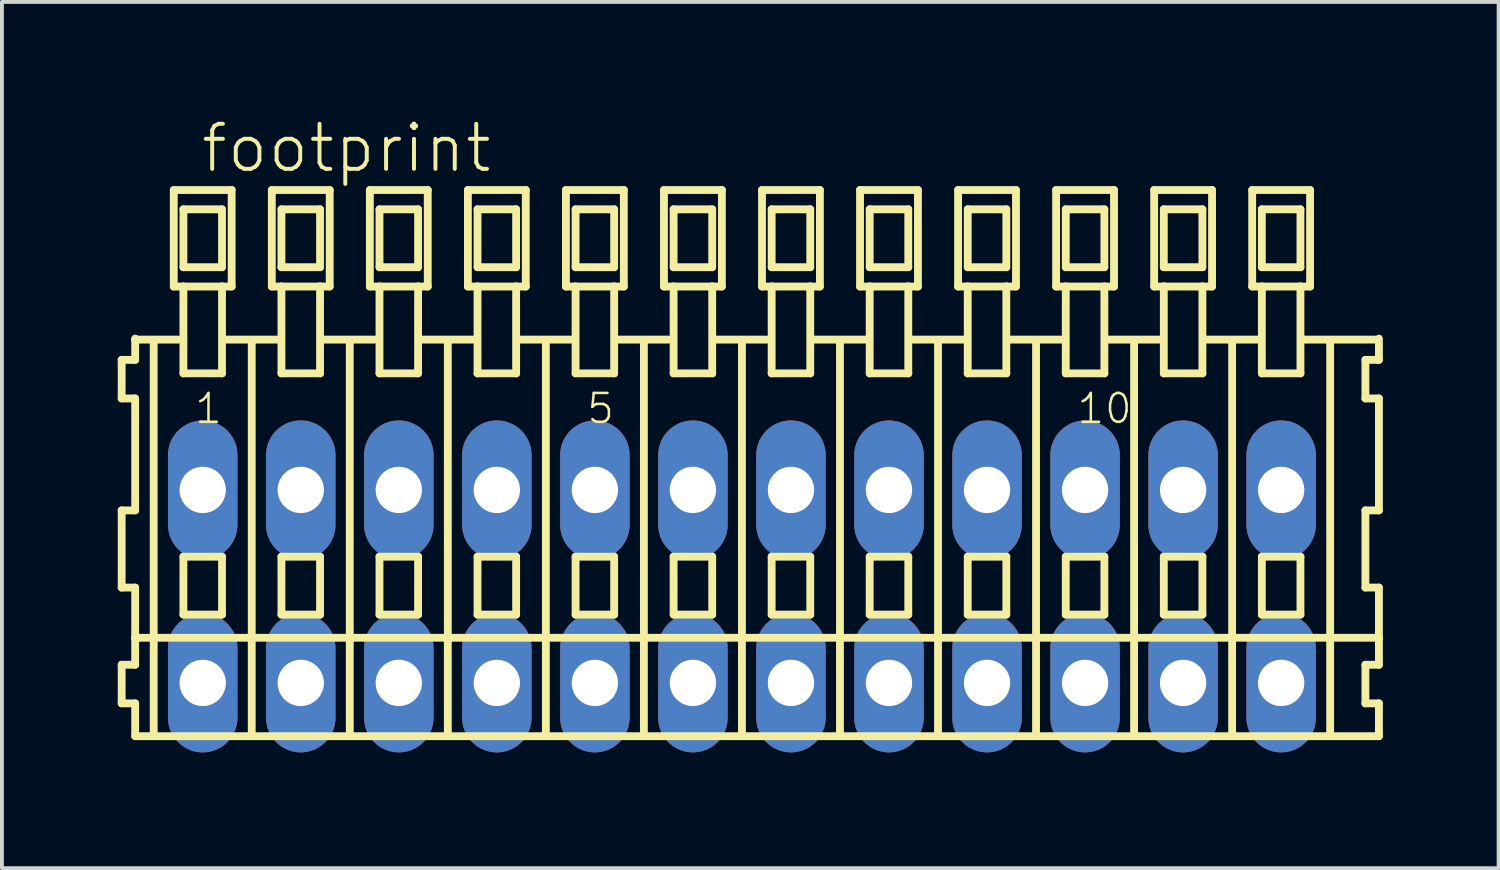
<source format=kicad_pcb>
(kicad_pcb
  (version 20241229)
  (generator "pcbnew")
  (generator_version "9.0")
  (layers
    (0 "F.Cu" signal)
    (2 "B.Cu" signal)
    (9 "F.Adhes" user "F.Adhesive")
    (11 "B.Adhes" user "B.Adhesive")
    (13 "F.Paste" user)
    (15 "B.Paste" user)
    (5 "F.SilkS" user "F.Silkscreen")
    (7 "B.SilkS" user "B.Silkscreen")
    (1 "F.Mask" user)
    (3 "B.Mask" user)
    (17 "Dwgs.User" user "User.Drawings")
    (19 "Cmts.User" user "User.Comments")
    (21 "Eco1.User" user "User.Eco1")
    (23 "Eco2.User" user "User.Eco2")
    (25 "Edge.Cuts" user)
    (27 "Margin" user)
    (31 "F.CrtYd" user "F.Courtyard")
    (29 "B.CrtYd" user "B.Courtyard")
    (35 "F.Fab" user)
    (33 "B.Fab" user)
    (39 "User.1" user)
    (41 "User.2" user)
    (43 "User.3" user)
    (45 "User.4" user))
  (footprint "footprint"
    (layer "F.Cu")
    (at 16.172 12.143)
    (property "Reference" "footprint" (at -14.07 -10.67 0) (layer "F.SilkS") (effects (font (size 1.168 1.168) (thickness 0.102)) (justify left bottom)))
    (fp_line (start -16.07 -5.87) (end -16.07 -4.87) (stroke (width 0.203) (type solid)) (layer "F.SilkS"))
    (fp_line (start -16.07 -4.87) (end -15.72 -4.87) (stroke (width 0.203) (type solid)) (layer "F.SilkS"))
    (fp_line (start -16.07 -1.97) (end -16.07 0.03) (stroke (width 0.203) (type solid)) (layer "F.SilkS"))
    (fp_line (start -16.07 0.03) (end -15.72 0.03) (stroke (width 0.203) (type solid)) (layer "F.SilkS"))
    (fp_line (start -16.07 2.03) (end -16.07 3.03) (stroke (width 0.203) (type solid)) (layer "F.SilkS"))
    (fp_line (start -16.07 3.03) (end -15.72 3.03) (stroke (width 0.203) (type solid)) (layer "F.SilkS"))
    (fp_line (start -15.72 -6.42) (end -15.72 -6.395) (stroke (width 0.203) (type solid)) (layer "F.SilkS"))
    (fp_line (start -15.72 -6.395) (end -15.72 -5.87) (stroke (width 0.203) (type solid)) (layer "F.SilkS"))
    (fp_line (start -15.72 -6.395) (end -14.595 -6.395) (stroke (width 0.203) (type solid)) (layer "F.SilkS"))
    (fp_line (start -15.72 -5.87) (end -16.07 -5.87) (stroke (width 0.203) (type solid)) (layer "F.SilkS"))
    (fp_line (start -15.72 -4.87) (end -15.72 -1.97) (stroke (width 0.203) (type solid)) (layer "F.SilkS"))
    (fp_line (start -15.72 -1.97) (end -16.07 -1.97) (stroke (width 0.203) (type solid)) (layer "F.SilkS"))
    (fp_line (start -15.72 0.03) (end -15.72 1.33) (stroke (width 0.203) (type solid)) (layer "F.SilkS"))
    (fp_line (start -15.72 1.33) (end -15.72 2.03) (stroke (width 0.203) (type solid)) (layer "F.SilkS"))
    (fp_line (start -15.72 1.33) (end 16.503 1.33) (stroke (width 0.203) (type solid)) (layer "F.SilkS"))
    (fp_line (start -15.72 2.03) (end -16.07 2.03) (stroke (width 0.203) (type solid)) (layer "F.SilkS"))
    (fp_line (start -15.72 3.03) (end -15.72 3.88) (stroke (width 0.203) (type solid)) (layer "F.SilkS"))
    (fp_line (start -15.72 3.88) (end 16.503 3.88) (stroke (width 0.203) (type solid)) (layer "F.SilkS"))
    (fp_line (start -15.24 3.83) (end -15.24 -6.33) (stroke (width 0.203) (type solid)) (layer "F.SilkS"))
    (fp_line (start -14.72 -10.27) (end -14.72 -7.77) (stroke (width 0.203) (type solid)) (layer "F.SilkS"))
    (fp_line (start -14.72 -7.77) (end -14.47 -7.77) (stroke (width 0.203) (type solid)) (layer "F.SilkS"))
    (fp_line (start -14.47 -9.77) (end -14.47 -8.27) (stroke (width 0.203) (type solid)) (layer "F.SilkS"))
    (fp_line (start -14.47 -8.27) (end -13.47 -8.27) (stroke (width 0.203) (type solid)) (layer "F.SilkS"))
    (fp_line (start -14.47 -7.77) (end -14.47 -5.52) (stroke (width 0.203) (type solid)) (layer "F.SilkS"))
    (fp_line (start -14.47 -7.77) (end -13.47 -7.77) (stroke (width 0.203) (type solid)) (layer "F.SilkS"))
    (fp_line (start -14.47 -5.52) (end -13.47 -5.52) (stroke (width 0.203) (type solid)) (layer "F.SilkS"))
    (fp_line (start -14.47 -0.77) (end -14.47 0.73) (stroke (width 0.203) (type solid)) (layer "F.SilkS"))
    (fp_line (start -14.47 0.73) (end -13.47 0.73) (stroke (width 0.203) (type solid)) (layer "F.SilkS"))
    (fp_line (start -13.47 -9.77) (end -14.47 -9.77) (stroke (width 0.203) (type solid)) (layer "F.SilkS"))
    (fp_line (start -13.47 -8.27) (end -13.47 -9.77) (stroke (width 0.203) (type solid)) (layer "F.SilkS"))
    (fp_line (start -13.47 -7.77) (end -13.22 -7.77) (stroke (width 0.203) (type solid)) (layer "F.SilkS"))
    (fp_line (start -13.47 -5.52) (end -13.47 -7.77) (stroke (width 0.203) (type solid)) (layer "F.SilkS"))
    (fp_line (start -13.47 -0.77) (end -14.47 -0.77) (stroke (width 0.203) (type solid)) (layer "F.SilkS"))
    (fp_line (start -13.47 0.73) (end -13.47 -0.77) (stroke (width 0.203) (type solid)) (layer "F.SilkS"))
    (fp_line (start -13.434 -6.395) (end -12.055 -6.395) (stroke (width 0.203) (type solid)) (layer "F.SilkS"))
    (fp_line (start -13.22 -10.27) (end -14.72 -10.27) (stroke (width 0.203) (type solid)) (layer "F.SilkS"))
    (fp_line (start -13.22 -7.77) (end -13.22 -10.27) (stroke (width 0.203) (type solid)) (layer "F.SilkS"))
    (fp_line (start -12.7 3.83) (end -12.7 -6.33) (stroke (width 0.203) (type solid)) (layer "F.SilkS"))
    (fp_line (start -12.18 -10.27) (end -12.18 -7.77) (stroke (width 0.203) (type solid)) (layer "F.SilkS"))
    (fp_line (start -12.18 -7.77) (end -11.93 -7.77) (stroke (width 0.203) (type solid)) (layer "F.SilkS"))
    (fp_line (start -11.93 -9.77) (end -11.93 -8.27) (stroke (width 0.203) (type solid)) (layer "F.SilkS"))
    (fp_line (start -11.93 -8.27) (end -10.93 -8.27) (stroke (width 0.203) (type solid)) (layer "F.SilkS"))
    (fp_line (start -11.93 -7.77) (end -11.93 -5.52) (stroke (width 0.203) (type solid)) (layer "F.SilkS"))
    (fp_line (start -11.93 -7.77) (end -10.93 -7.77) (stroke (width 0.203) (type solid)) (layer "F.SilkS"))
    (fp_line (start -11.93 -5.52) (end -10.93 -5.52) (stroke (width 0.203) (type solid)) (layer "F.SilkS"))
    (fp_line (start -11.93 -0.77) (end -11.93 0.73) (stroke (width 0.203) (type solid)) (layer "F.SilkS"))
    (fp_line (start -11.93 0.73) (end -10.93 0.73) (stroke (width 0.203) (type solid)) (layer "F.SilkS"))
    (fp_line (start -10.93 -9.77) (end -11.93 -9.77) (stroke (width 0.203) (type solid)) (layer "F.SilkS"))
    (fp_line (start -10.93 -8.27) (end -10.93 -9.77) (stroke (width 0.203) (type solid)) (layer "F.SilkS"))
    (fp_line (start -10.93 -7.77) (end -10.68 -7.77) (stroke (width 0.203) (type solid)) (layer "F.SilkS"))
    (fp_line (start -10.93 -5.52) (end -10.93 -7.77) (stroke (width 0.203) (type solid)) (layer "F.SilkS"))
    (fp_line (start -10.93 -0.77) (end -11.93 -0.77) (stroke (width 0.203) (type solid)) (layer "F.SilkS"))
    (fp_line (start -10.93 0.73) (end -10.93 -0.77) (stroke (width 0.203) (type solid)) (layer "F.SilkS"))
    (fp_line (start -10.894 -6.395) (end -9.515 -6.395) (stroke (width 0.203) (type solid)) (layer "F.SilkS"))
    (fp_line (start -10.68 -10.27) (end -12.18 -10.27) (stroke (width 0.203) (type solid)) (layer "F.SilkS"))
    (fp_line (start -10.68 -7.77) (end -10.68 -10.27) (stroke (width 0.203) (type solid)) (layer "F.SilkS"))
    (fp_line (start -10.16 3.83) (end -10.16 -6.33) (stroke (width 0.203) (type solid)) (layer "F.SilkS"))
    (fp_line (start -9.64 -10.27) (end -9.64 -7.77) (stroke (width 0.203) (type solid)) (layer "F.SilkS"))
    (fp_line (start -9.64 -7.77) (end -9.39 -7.77) (stroke (width 0.203) (type solid)) (layer "F.SilkS"))
    (fp_line (start -9.39 -9.77) (end -9.39 -8.27) (stroke (width 0.203) (type solid)) (layer "F.SilkS"))
    (fp_line (start -9.39 -8.27) (end -8.39 -8.27) (stroke (width 0.203) (type solid)) (layer "F.SilkS"))
    (fp_line (start -9.39 -7.77) (end -9.39 -5.52) (stroke (width 0.203) (type solid)) (layer "F.SilkS"))
    (fp_line (start -9.39 -7.77) (end -8.39 -7.77) (stroke (width 0.203) (type solid)) (layer "F.SilkS"))
    (fp_line (start -9.39 -5.52) (end -8.39 -5.52) (stroke (width 0.203) (type solid)) (layer "F.SilkS"))
    (fp_line (start -9.39 -0.77) (end -9.39 0.73) (stroke (width 0.203) (type solid)) (layer "F.SilkS"))
    (fp_line (start -9.39 0.73) (end -8.39 0.73) (stroke (width 0.203) (type solid)) (layer "F.SilkS"))
    (fp_line (start -8.39 -9.77) (end -9.39 -9.77) (stroke (width 0.203) (type solid)) (layer "F.SilkS"))
    (fp_line (start -8.39 -8.27) (end -8.39 -9.77) (stroke (width 0.203) (type solid)) (layer "F.SilkS"))
    (fp_line (start -8.39 -7.77) (end -8.14 -7.77) (stroke (width 0.203) (type solid)) (layer "F.SilkS"))
    (fp_line (start -8.39 -5.52) (end -8.39 -7.77) (stroke (width 0.203) (type solid)) (layer "F.SilkS"))
    (fp_line (start -8.39 -0.77) (end -9.39 -0.77) (stroke (width 0.203) (type solid)) (layer "F.SilkS"))
    (fp_line (start -8.39 0.73) (end -8.39 -0.77) (stroke (width 0.203) (type solid)) (layer "F.SilkS"))
    (fp_line (start -8.354 -6.395) (end -6.975 -6.395) (stroke (width 0.203) (type solid)) (layer "F.SilkS"))
    (fp_line (start -8.14 -10.27) (end -9.64 -10.27) (stroke (width 0.203) (type solid)) (layer "F.SilkS"))
    (fp_line (start -8.14 -7.77) (end -8.14 -10.27) (stroke (width 0.203) (type solid)) (layer "F.SilkS"))
    (fp_line (start -7.62 3.83) (end -7.62 -6.33) (stroke (width 0.203) (type solid)) (layer "F.SilkS"))
    (fp_line (start -7.1 -10.27) (end -7.1 -7.77) (stroke (width 0.203) (type solid)) (layer "F.SilkS"))
    (fp_line (start -7.1 -7.77) (end -6.85 -7.77) (stroke (width 0.203) (type solid)) (layer "F.SilkS"))
    (fp_line (start -6.85 -9.77) (end -6.85 -8.27) (stroke (width 0.203) (type solid)) (layer "F.SilkS"))
    (fp_line (start -6.85 -8.27) (end -5.85 -8.27) (stroke (width 0.203) (type solid)) (layer "F.SilkS"))
    (fp_line (start -6.85 -7.77) (end -6.85 -5.52) (stroke (width 0.203) (type solid)) (layer "F.SilkS"))
    (fp_line (start -6.85 -7.77) (end -5.85 -7.77) (stroke (width 0.203) (type solid)) (layer "F.SilkS"))
    (fp_line (start -6.85 -5.52) (end -5.85 -5.52) (stroke (width 0.203) (type solid)) (layer "F.SilkS"))
    (fp_line (start -6.85 -0.77) (end -6.85 0.73) (stroke (width 0.203) (type solid)) (layer "F.SilkS"))
    (fp_line (start -6.85 0.73) (end -5.85 0.73) (stroke (width 0.203) (type solid)) (layer "F.SilkS"))
    (fp_line (start -5.85 -9.77) (end -6.85 -9.77) (stroke (width 0.203) (type solid)) (layer "F.SilkS"))
    (fp_line (start -5.85 -8.27) (end -5.85 -9.77) (stroke (width 0.203) (type solid)) (layer "F.SilkS"))
    (fp_line (start -5.85 -7.77) (end -5.6 -7.77) (stroke (width 0.203) (type solid)) (layer "F.SilkS"))
    (fp_line (start -5.85 -5.52) (end -5.85 -7.77) (stroke (width 0.203) (type solid)) (layer "F.SilkS"))
    (fp_line (start -5.85 -0.77) (end -6.85 -0.77) (stroke (width 0.203) (type solid)) (layer "F.SilkS"))
    (fp_line (start -5.85 0.73) (end -5.85 -0.77) (stroke (width 0.203) (type solid)) (layer "F.SilkS"))
    (fp_line (start -5.814 -6.395) (end -4.435 -6.395) (stroke (width 0.203) (type solid)) (layer "F.SilkS"))
    (fp_line (start -5.6 -10.27) (end -7.1 -10.27) (stroke (width 0.203) (type solid)) (layer "F.SilkS"))
    (fp_line (start -5.6 -7.77) (end -5.6 -10.27) (stroke (width 0.203) (type solid)) (layer "F.SilkS"))
    (fp_line (start -5.08 3.83) (end -5.08 -6.33) (stroke (width 0.203) (type solid)) (layer "F.SilkS"))
    (fp_line (start -4.56 -10.27) (end -4.56 -7.77) (stroke (width 0.203) (type solid)) (layer "F.SilkS"))
    (fp_line (start -4.56 -7.77) (end -4.31 -7.77) (stroke (width 0.203) (type solid)) (layer "F.SilkS"))
    (fp_line (start -4.31 -9.77) (end -4.31 -8.27) (stroke (width 0.203) (type solid)) (layer "F.SilkS"))
    (fp_line (start -4.31 -8.27) (end -3.31 -8.27) (stroke (width 0.203) (type solid)) (layer "F.SilkS"))
    (fp_line (start -4.31 -7.77) (end -4.31 -5.52) (stroke (width 0.203) (type solid)) (layer "F.SilkS"))
    (fp_line (start -4.31 -7.77) (end -3.31 -7.77) (stroke (width 0.203) (type solid)) (layer "F.SilkS"))
    (fp_line (start -4.31 -5.52) (end -3.31 -5.52) (stroke (width 0.203) (type solid)) (layer "F.SilkS"))
    (fp_line (start -4.31 -0.77) (end -4.31 0.73) (stroke (width 0.203) (type solid)) (layer "F.SilkS"))
    (fp_line (start -4.31 0.73) (end -3.31 0.73) (stroke (width 0.203) (type solid)) (layer "F.SilkS"))
    (fp_line (start -3.31 -9.77) (end -4.31 -9.77) (stroke (width 0.203) (type solid)) (layer "F.SilkS"))
    (fp_line (start -3.31 -8.27) (end -3.31 -9.77) (stroke (width 0.203) (type solid)) (layer "F.SilkS"))
    (fp_line (start -3.31 -7.77) (end -3.06 -7.77) (stroke (width 0.203) (type solid)) (layer "F.SilkS"))
    (fp_line (start -3.31 -5.52) (end -3.31 -7.77) (stroke (width 0.203) (type solid)) (layer "F.SilkS"))
    (fp_line (start -3.31 -0.77) (end -4.31 -0.77) (stroke (width 0.203) (type solid)) (layer "F.SilkS"))
    (fp_line (start -3.31 0.73) (end -3.31 -0.77) (stroke (width 0.203) (type solid)) (layer "F.SilkS"))
    (fp_line (start -3.274 -6.395) (end -1.895 -6.395) (stroke (width 0.203) (type solid)) (layer "F.SilkS"))
    (fp_line (start -3.06 -10.27) (end -4.56 -10.27) (stroke (width 0.203) (type solid)) (layer "F.SilkS"))
    (fp_line (start -3.06 -7.77) (end -3.06 -10.27) (stroke (width 0.203) (type solid)) (layer "F.SilkS"))
    (fp_line (start -2.54 3.83) (end -2.54 -6.33) (stroke (width 0.203) (type solid)) (layer "F.SilkS"))
    (fp_line (start -2.02 -10.27) (end -2.02 -7.77) (stroke (width 0.203) (type solid)) (layer "F.SilkS"))
    (fp_line (start -2.02 -7.77) (end -1.77 -7.77) (stroke (width 0.203) (type solid)) (layer "F.SilkS"))
    (fp_line (start -1.77 -9.77) (end -1.77 -8.27) (stroke (width 0.203) (type solid)) (layer "F.SilkS"))
    (fp_line (start -1.77 -8.27) (end -0.77 -8.27) (stroke (width 0.203) (type solid)) (layer "F.SilkS"))
    (fp_line (start -1.77 -7.77) (end -1.77 -5.52) (stroke (width 0.203) (type solid)) (layer "F.SilkS"))
    (fp_line (start -1.77 -7.77) (end -0.77 -7.77) (stroke (width 0.203) (type solid)) (layer "F.SilkS"))
    (fp_line (start -1.77 -5.52) (end -0.77 -5.52) (stroke (width 0.203) (type solid)) (layer "F.SilkS"))
    (fp_line (start -1.77 -0.77) (end -1.77 0.73) (stroke (width 0.203) (type solid)) (layer "F.SilkS"))
    (fp_line (start -1.77 0.73) (end -0.77 0.73) (stroke (width 0.203) (type solid)) (layer "F.SilkS"))
    (fp_line (start -0.77 -9.77) (end -1.77 -9.77) (stroke (width 0.203) (type solid)) (layer "F.SilkS"))
    (fp_line (start -0.77 -8.27) (end -0.77 -9.77) (stroke (width 0.203) (type solid)) (layer "F.SilkS"))
    (fp_line (start -0.77 -7.77) (end -0.52 -7.77) (stroke (width 0.203) (type solid)) (layer "F.SilkS"))
    (fp_line (start -0.77 -5.52) (end -0.77 -7.77) (stroke (width 0.203) (type solid)) (layer "F.SilkS"))
    (fp_line (start -0.77 -0.77) (end -1.77 -0.77) (stroke (width 0.203) (type solid)) (layer "F.SilkS"))
    (fp_line (start -0.77 0.73) (end -0.77 -0.77) (stroke (width 0.203) (type solid)) (layer "F.SilkS"))
    (fp_line (start -0.734 -6.395) (end 0.645 -6.395) (stroke (width 0.203) (type solid)) (layer "F.SilkS"))
    (fp_line (start -0.52 -10.27) (end -2.02 -10.27) (stroke (width 0.203) (type solid)) (layer "F.SilkS"))
    (fp_line (start -0.52 -7.77) (end -0.52 -10.27) (stroke (width 0.203) (type solid)) (layer "F.SilkS"))
    (fp_line (start 0 3.83) (end 0 -6.33) (stroke (width 0.203) (type solid)) (layer "F.SilkS"))
    (fp_line (start 0.52 -10.27) (end 0.52 -7.77) (stroke (width 0.203) (type solid)) (layer "F.SilkS"))
    (fp_line (start 0.52 -7.77) (end 0.77 -7.77) (stroke (width 0.203) (type solid)) (layer "F.SilkS"))
    (fp_line (start 0.77 -9.77) (end 0.77 -8.27) (stroke (width 0.203) (type solid)) (layer "F.SilkS"))
    (fp_line (start 0.77 -8.27) (end 1.77 -8.27) (stroke (width 0.203) (type solid)) (layer "F.SilkS"))
    (fp_line (start 0.77 -7.77) (end 0.77 -5.52) (stroke (width 0.203) (type solid)) (layer "F.SilkS"))
    (fp_line (start 0.77 -7.77) (end 1.77 -7.77) (stroke (width 0.203) (type solid)) (layer "F.SilkS"))
    (fp_line (start 0.77 -5.52) (end 1.77 -5.52) (stroke (width 0.203) (type solid)) (layer "F.SilkS"))
    (fp_line (start 0.77 -0.77) (end 0.77 0.73) (stroke (width 0.203) (type solid)) (layer "F.SilkS"))
    (fp_line (start 0.77 0.73) (end 1.77 0.73) (stroke (width 0.203) (type solid)) (layer "F.SilkS"))
    (fp_line (start 1.77 -9.77) (end 0.77 -9.77) (stroke (width 0.203) (type solid)) (layer "F.SilkS"))
    (fp_line (start 1.77 -8.27) (end 1.77 -9.77) (stroke (width 0.203) (type solid)) (layer "F.SilkS"))
    (fp_line (start 1.77 -7.77) (end 2.02 -7.77) (stroke (width 0.203) (type solid)) (layer "F.SilkS"))
    (fp_line (start 1.77 -5.52) (end 1.77 -7.77) (stroke (width 0.203) (type solid)) (layer "F.SilkS"))
    (fp_line (start 1.77 -0.77) (end 0.77 -0.77) (stroke (width 0.203) (type solid)) (layer "F.SilkS"))
    (fp_line (start 1.77 0.73) (end 1.77 -0.77) (stroke (width 0.203) (type solid)) (layer "F.SilkS"))
    (fp_line (start 1.806 -6.395) (end 3.185 -6.395) (stroke (width 0.203) (type solid)) (layer "F.SilkS"))
    (fp_line (start 2.02 -10.27) (end 0.52 -10.27) (stroke (width 0.203) (type solid)) (layer "F.SilkS"))
    (fp_line (start 2.02 -7.77) (end 2.02 -10.27) (stroke (width 0.203) (type solid)) (layer "F.SilkS"))
    (fp_line (start 2.54 3.83) (end 2.54 -6.33) (stroke (width 0.203) (type solid)) (layer "F.SilkS"))
    (fp_line (start 3.06 -10.27) (end 3.06 -7.77) (stroke (width 0.203) (type solid)) (layer "F.SilkS"))
    (fp_line (start 3.06 -7.77) (end 3.31 -7.77) (stroke (width 0.203) (type solid)) (layer "F.SilkS"))
    (fp_line (start 3.31 -9.77) (end 3.31 -8.27) (stroke (width 0.203) (type solid)) (layer "F.SilkS"))
    (fp_line (start 3.31 -8.27) (end 4.31 -8.27) (stroke (width 0.203) (type solid)) (layer "F.SilkS"))
    (fp_line (start 3.31 -7.77) (end 3.31 -5.52) (stroke (width 0.203) (type solid)) (layer "F.SilkS"))
    (fp_line (start 3.31 -7.77) (end 4.31 -7.77) (stroke (width 0.203) (type solid)) (layer "F.SilkS"))
    (fp_line (start 3.31 -5.52) (end 4.31 -5.52) (stroke (width 0.203) (type solid)) (layer "F.SilkS"))
    (fp_line (start 3.31 -0.77) (end 3.31 0.73) (stroke (width 0.203) (type solid)) (layer "F.SilkS"))
    (fp_line (start 3.31 0.73) (end 4.31 0.73) (stroke (width 0.203) (type solid)) (layer "F.SilkS"))
    (fp_line (start 4.31 -9.77) (end 3.31 -9.77) (stroke (width 0.203) (type solid)) (layer "F.SilkS"))
    (fp_line (start 4.31 -8.27) (end 4.31 -9.77) (stroke (width 0.203) (type solid)) (layer "F.SilkS"))
    (fp_line (start 4.31 -7.77) (end 4.56 -7.77) (stroke (width 0.203) (type solid)) (layer "F.SilkS"))
    (fp_line (start 4.31 -5.52) (end 4.31 -7.77) (stroke (width 0.203) (type solid)) (layer "F.SilkS"))
    (fp_line (start 4.31 -0.77) (end 3.31 -0.77) (stroke (width 0.203) (type solid)) (layer "F.SilkS"))
    (fp_line (start 4.31 0.73) (end 4.31 -0.77) (stroke (width 0.203) (type solid)) (layer "F.SilkS"))
    (fp_line (start 4.346 -6.395) (end 5.725 -6.395) (stroke (width 0.203) (type solid)) (layer "F.SilkS"))
    (fp_line (start 4.56 -10.27) (end 3.06 -10.27) (stroke (width 0.203) (type solid)) (layer "F.SilkS"))
    (fp_line (start 4.56 -7.77) (end 4.56 -10.27) (stroke (width 0.203) (type solid)) (layer "F.SilkS"))
    (fp_line (start 5.08 3.83) (end 5.08 -6.33) (stroke (width 0.203) (type solid)) (layer "F.SilkS"))
    (fp_line (start 5.6 -10.27) (end 5.6 -7.77) (stroke (width 0.203) (type solid)) (layer "F.SilkS"))
    (fp_line (start 5.6 -7.77) (end 5.85 -7.77) (stroke (width 0.203) (type solid)) (layer "F.SilkS"))
    (fp_line (start 5.85 -9.77) (end 5.85 -8.27) (stroke (width 0.203) (type solid)) (layer "F.SilkS"))
    (fp_line (start 5.85 -8.27) (end 6.85 -8.27) (stroke (width 0.203) (type solid)) (layer "F.SilkS"))
    (fp_line (start 5.85 -7.77) (end 5.85 -5.52) (stroke (width 0.203) (type solid)) (layer "F.SilkS"))
    (fp_line (start 5.85 -7.77) (end 6.85 -7.77) (stroke (width 0.203) (type solid)) (layer "F.SilkS"))
    (fp_line (start 5.85 -5.52) (end 6.85 -5.52) (stroke (width 0.203) (type solid)) (layer "F.SilkS"))
    (fp_line (start 5.85 -0.77) (end 5.85 0.73) (stroke (width 0.203) (type solid)) (layer "F.SilkS"))
    (fp_line (start 5.85 0.73) (end 6.85 0.73) (stroke (width 0.203) (type solid)) (layer "F.SilkS"))
    (fp_line (start 6.85 -9.77) (end 5.85 -9.77) (stroke (width 0.203) (type solid)) (layer "F.SilkS"))
    (fp_line (start 6.85 -8.27) (end 6.85 -9.77) (stroke (width 0.203) (type solid)) (layer "F.SilkS"))
    (fp_line (start 6.85 -7.77) (end 7.1 -7.77) (stroke (width 0.203) (type solid)) (layer "F.SilkS"))
    (fp_line (start 6.85 -5.52) (end 6.85 -7.77) (stroke (width 0.203) (type solid)) (layer "F.SilkS"))
    (fp_line (start 6.85 -0.77) (end 5.85 -0.77) (stroke (width 0.203) (type solid)) (layer "F.SilkS"))
    (fp_line (start 6.85 0.73) (end 6.85 -0.77) (stroke (width 0.203) (type solid)) (layer "F.SilkS"))
    (fp_line (start 6.886 -6.395) (end 8.265 -6.395) (stroke (width 0.203) (type solid)) (layer "F.SilkS"))
    (fp_line (start 7.1 -10.27) (end 5.6 -10.27) (stroke (width 0.203) (type solid)) (layer "F.SilkS"))
    (fp_line (start 7.1 -7.77) (end 7.1 -10.27) (stroke (width 0.203) (type solid)) (layer "F.SilkS"))
    (fp_line (start 7.62 3.83) (end 7.62 -6.33) (stroke (width 0.203) (type solid)) (layer "F.SilkS"))
    (fp_line (start 8.14 -10.27) (end 8.14 -7.77) (stroke (width 0.203) (type solid)) (layer "F.SilkS"))
    (fp_line (start 8.14 -7.77) (end 8.39 -7.77) (stroke (width 0.203) (type solid)) (layer "F.SilkS"))
    (fp_line (start 8.39 -9.77) (end 8.39 -8.27) (stroke (width 0.203) (type solid)) (layer "F.SilkS"))
    (fp_line (start 8.39 -8.27) (end 9.39 -8.27) (stroke (width 0.203) (type solid)) (layer "F.SilkS"))
    (fp_line (start 8.39 -7.77) (end 8.39 -5.52) (stroke (width 0.203) (type solid)) (layer "F.SilkS"))
    (fp_line (start 8.39 -7.77) (end 9.39 -7.77) (stroke (width 0.203) (type solid)) (layer "F.SilkS"))
    (fp_line (start 8.39 -5.52) (end 9.39 -5.52) (stroke (width 0.203) (type solid)) (layer "F.SilkS"))
    (fp_line (start 8.39 -0.77) (end 8.39 0.73) (stroke (width 0.203) (type solid)) (layer "F.SilkS"))
    (fp_line (start 8.39 0.73) (end 9.39 0.73) (stroke (width 0.203) (type solid)) (layer "F.SilkS"))
    (fp_line (start 9.39 -9.77) (end 8.39 -9.77) (stroke (width 0.203) (type solid)) (layer "F.SilkS"))
    (fp_line (start 9.39 -8.27) (end 9.39 -9.77) (stroke (width 0.203) (type solid)) (layer "F.SilkS"))
    (fp_line (start 9.39 -7.77) (end 9.64 -7.77) (stroke (width 0.203) (type solid)) (layer "F.SilkS"))
    (fp_line (start 9.39 -5.52) (end 9.39 -7.77) (stroke (width 0.203) (type solid)) (layer "F.SilkS"))
    (fp_line (start 9.39 -0.77) (end 8.39 -0.77) (stroke (width 0.203) (type solid)) (layer "F.SilkS"))
    (fp_line (start 9.39 0.73) (end 9.39 -0.77) (stroke (width 0.203) (type solid)) (layer "F.SilkS"))
    (fp_line (start 9.426 -6.395) (end 10.805 -6.395) (stroke (width 0.203) (type solid)) (layer "F.SilkS"))
    (fp_line (start 9.64 -10.27) (end 8.14 -10.27) (stroke (width 0.203) (type solid)) (layer "F.SilkS"))
    (fp_line (start 9.64 -7.77) (end 9.64 -10.27) (stroke (width 0.203) (type solid)) (layer "F.SilkS"))
    (fp_line (start 10.16 3.83) (end 10.16 -6.33) (stroke (width 0.203) (type solid)) (layer "F.SilkS"))
    (fp_line (start 10.68 -10.27) (end 10.68 -7.77) (stroke (width 0.203) (type solid)) (layer "F.SilkS"))
    (fp_line (start 10.68 -7.77) (end 10.93 -7.77) (stroke (width 0.203) (type solid)) (layer "F.SilkS"))
    (fp_line (start 10.93 -9.77) (end 10.93 -8.27) (stroke (width 0.203) (type solid)) (layer "F.SilkS"))
    (fp_line (start 10.93 -8.27) (end 11.93 -8.27) (stroke (width 0.203) (type solid)) (layer "F.SilkS"))
    (fp_line (start 10.93 -7.77) (end 10.93 -5.52) (stroke (width 0.203) (type solid)) (layer "F.SilkS"))
    (fp_line (start 10.93 -7.77) (end 11.93 -7.77) (stroke (width 0.203) (type solid)) (layer "F.SilkS"))
    (fp_line (start 10.93 -5.52) (end 11.93 -5.52) (stroke (width 0.203) (type solid)) (layer "F.SilkS"))
    (fp_line (start 10.93 -0.77) (end 10.93 0.73) (stroke (width 0.203) (type solid)) (layer "F.SilkS"))
    (fp_line (start 10.93 0.73) (end 11.93 0.73) (stroke (width 0.203) (type solid)) (layer "F.SilkS"))
    (fp_line (start 11.93 -9.77) (end 10.93 -9.77) (stroke (width 0.203) (type solid)) (layer "F.SilkS"))
    (fp_line (start 11.93 -8.27) (end 11.93 -9.77) (stroke (width 0.203) (type solid)) (layer "F.SilkS"))
    (fp_line (start 11.93 -7.77) (end 12.18 -7.77) (stroke (width 0.203) (type solid)) (layer "F.SilkS"))
    (fp_line (start 11.93 -5.52) (end 11.93 -7.77) (stroke (width 0.203) (type solid)) (layer "F.SilkS"))
    (fp_line (start 11.93 -0.77) (end 10.93 -0.77) (stroke (width 0.203) (type solid)) (layer "F.SilkS"))
    (fp_line (start 11.93 0.73) (end 11.93 -0.77) (stroke (width 0.203) (type solid)) (layer "F.SilkS"))
    (fp_line (start 11.966 -6.395) (end 13.345 -6.395) (stroke (width 0.203) (type solid)) (layer "F.SilkS"))
    (fp_line (start 12.18 -10.27) (end 10.68 -10.27) (stroke (width 0.203) (type solid)) (layer "F.SilkS"))
    (fp_line (start 12.18 -7.77) (end 12.18 -10.27) (stroke (width 0.203) (type solid)) (layer "F.SilkS"))
    (fp_line (start 12.7 3.83) (end 12.7 -6.33) (stroke (width 0.203) (type solid)) (layer "F.SilkS"))
    (fp_line (start 13.22 -10.27) (end 13.22 -7.77) (stroke (width 0.203) (type solid)) (layer "F.SilkS"))
    (fp_line (start 13.22 -7.77) (end 13.47 -7.77) (stroke (width 0.203) (type solid)) (layer "F.SilkS"))
    (fp_line (start 13.47 -9.77) (end 13.47 -8.27) (stroke (width 0.203) (type solid)) (layer "F.SilkS"))
    (fp_line (start 13.47 -8.27) (end 14.47 -8.27) (stroke (width 0.203) (type solid)) (layer "F.SilkS"))
    (fp_line (start 13.47 -7.77) (end 13.47 -5.52) (stroke (width 0.203) (type solid)) (layer "F.SilkS"))
    (fp_line (start 13.47 -7.77) (end 14.47 -7.77) (stroke (width 0.203) (type solid)) (layer "F.SilkS"))
    (fp_line (start 13.47 -5.52) (end 14.47 -5.52) (stroke (width 0.203) (type solid)) (layer "F.SilkS"))
    (fp_line (start 13.47 -0.77) (end 13.47 0.73) (stroke (width 0.203) (type solid)) (layer "F.SilkS"))
    (fp_line (start 13.47 0.73) (end 14.47 0.73) (stroke (width 0.203) (type solid)) (layer "F.SilkS"))
    (fp_line (start 14.47 -9.77) (end 13.47 -9.77) (stroke (width 0.203) (type solid)) (layer "F.SilkS"))
    (fp_line (start 14.47 -8.27) (end 14.47 -9.77) (stroke (width 0.203) (type solid)) (layer "F.SilkS"))
    (fp_line (start 14.47 -7.77) (end 14.72 -7.77) (stroke (width 0.203) (type solid)) (layer "F.SilkS"))
    (fp_line (start 14.47 -5.52) (end 14.47 -7.77) (stroke (width 0.203) (type solid)) (layer "F.SilkS"))
    (fp_line (start 14.47 -0.77) (end 13.47 -0.77) (stroke (width 0.203) (type solid)) (layer "F.SilkS"))
    (fp_line (start 14.47 0.73) (end 14.47 -0.77) (stroke (width 0.203) (type solid)) (layer "F.SilkS"))
    (fp_line (start 14.506 -6.395) (end 16.393 -6.395) (stroke (width 0.203) (type solid)) (layer "F.SilkS"))
    (fp_line (start 14.72 -10.27) (end 13.22 -10.27) (stroke (width 0.203) (type solid)) (layer "F.SilkS"))
    (fp_line (start 14.72 -7.77) (end 14.72 -10.27) (stroke (width 0.203) (type solid)) (layer "F.SilkS"))
    (fp_line (start 15.24 3.83) (end 15.24 -6.33) (stroke (width 0.203) (type solid)) (layer "F.SilkS"))
    (fp_line (start 16.153 -5.87) (end 16.153 -4.87) (stroke (width 0.203) (type solid)) (layer "F.SilkS"))
    (fp_line (start 16.153 -4.87) (end 16.503 -4.87) (stroke (width 0.203) (type solid)) (layer "F.SilkS"))
    (fp_line (start 16.153 -1.97) (end 16.153 0.03) (stroke (width 0.203) (type solid)) (layer "F.SilkS"))
    (fp_line (start 16.153 0.03) (end 16.503 0.03) (stroke (width 0.203) (type solid)) (layer "F.SilkS"))
    (fp_line (start 16.153 2.03) (end 16.153 3.03) (stroke (width 0.203) (type solid)) (layer "F.SilkS"))
    (fp_line (start 16.153 3.03) (end 16.503 3.03) (stroke (width 0.203) (type solid)) (layer "F.SilkS"))
    (fp_line (start 16.503 -5.87) (end 16.153 -5.87) (stroke (width 0.203) (type solid)) (layer "F.SilkS"))
    (fp_line (start 16.503 -5.87) (end 16.503 -6.42) (stroke (width 0.203) (type solid)) (layer "F.SilkS"))
    (fp_line (start 16.503 -1.97) (end 16.153 -1.97) (stroke (width 0.203) (type solid)) (layer "F.SilkS"))
    (fp_line (start 16.503 -1.97) (end 16.503 -4.87) (stroke (width 0.203) (type solid)) (layer "F.SilkS"))
    (fp_line (start 16.503 1.33) (end 16.503 0.03) (stroke (width 0.203) (type solid)) (layer "F.SilkS"))
    (fp_line (start 16.503 2.03) (end 16.153 2.03) (stroke (width 0.203) (type solid)) (layer "F.SilkS"))
    (fp_line (start 16.503 2.03) (end 16.503 1.33) (stroke (width 0.203) (type solid)) (layer "F.SilkS"))
    (fp_line (start 16.503 3.88) (end 16.503 3.03) (stroke (width 0.203) (type solid)) (layer "F.SilkS"))
    (fp_text user "10" (at 8.64 -4.17 0) (layer "F.SilkS") (effects (font (size 0.748 0.748) (thickness 0.065)) (justify left bottom)))
    (fp_text user "1" (at -14.22 -4.17 0) (layer "F.SilkS") (effects (font (size 0.748 0.748) (thickness 0.065)) (justify left bottom)))
    (fp_text user "5" (at -4.06 -4.17 0) (layer "F.SilkS") (effects (font (size 0.748 0.748) (thickness 0.065)) (justify left bottom)))
    (pad "A1" thru_hole oval (at -13.97 -2.5 90) (size 3.6 1.8) (drill 1.2) (layers "*.Cu" "*.Mask"))
    (pad "A2" thru_hole oval (at -11.43 -2.5 90) (size 3.6 1.8) (drill 1.2) (layers "*.Cu" "*.Mask"))
    (pad "A3" thru_hole oval (at -8.89 -2.5 90) (size 3.6 1.8) (drill 1.2) (layers "*.Cu" "*.Mask"))
    (pad "A4" thru_hole oval (at -6.35 -2.5 90) (size 3.6 1.8) (drill 1.2) (layers "*.Cu" "*.Mask"))
    (pad "A5" thru_hole oval (at -3.81 -2.5 90) (size 3.6 1.8) (drill 1.2) (layers "*.Cu" "*.Mask"))
    (pad "A6" thru_hole oval (at -1.27 -2.5 90) (size 3.6 1.8) (drill 1.2) (layers "*.Cu" "*.Mask"))
    (pad "A7" thru_hole oval (at 1.27 -2.5 90) (size 3.6 1.8) (drill 1.2) (layers "*.Cu" "*.Mask"))
    (pad "A8" thru_hole oval (at 3.81 -2.5 90) (size 3.6 1.8) (drill 1.2) (layers "*.Cu" "*.Mask"))
    (pad "A9" thru_hole oval (at 6.35 -2.5 90) (size 3.6 1.8) (drill 1.2) (layers "*.Cu" "*.Mask"))
    (pad "A10" thru_hole oval (at 8.89 -2.5 90) (size 3.6 1.8) (drill 1.2) (layers "*.Cu" "*.Mask"))
    (pad "A11" thru_hole oval (at 11.43 -2.5 90) (size 3.6 1.8) (drill 1.2) (layers "*.Cu" "*.Mask"))
    (pad "A12" thru_hole oval (at 13.97 -2.5 90) (size 3.6 1.8) (drill 1.2) (layers "*.Cu" "*.Mask"))
    (pad "B1" thru_hole oval (at -13.97 2.5 90) (size 3.6 1.8) (drill 1.2) (layers "*.Cu" "*.Mask"))
    (pad "B2" thru_hole oval (at -11.43 2.5 90) (size 3.6 1.8) (drill 1.2) (layers "*.Cu" "*.Mask"))
    (pad "B3" thru_hole oval (at -8.89 2.5 90) (size 3.6 1.8) (drill 1.2) (layers "*.Cu" "*.Mask"))
    (pad "B4" thru_hole oval (at -6.35 2.5 90) (size 3.6 1.8) (drill 1.2) (layers "*.Cu" "*.Mask"))
    (pad "B5" thru_hole oval (at -3.81 2.5 90) (size 3.6 1.8) (drill 1.2) (layers "*.Cu" "*.Mask"))
    (pad "B6" thru_hole oval (at -1.27 2.5 90) (size 3.6 1.8) (drill 1.2) (layers "*.Cu" "*.Mask"))
    (pad "B7" thru_hole oval (at 1.27 2.5 90) (size 3.6 1.8) (drill 1.2) (layers "*.Cu" "*.Mask"))
    (pad "B8" thru_hole oval (at 3.81 2.5 90) (size 3.6 1.8) (drill 1.2) (layers "*.Cu" "*.Mask"))
    (pad "B9" thru_hole oval (at 6.35 2.5 90) (size 3.6 1.8) (drill 1.2) (layers "*.Cu" "*.Mask"))
    (pad "B10" thru_hole oval (at 8.89 2.5 90) (size 3.6 1.8) (drill 1.2) (layers "*.Cu" "*.Mask"))
    (pad "B11" thru_hole oval (at 11.43 2.5 90) (size 3.6 1.8) (drill 1.2) (layers "*.Cu" "*.Mask"))
    (pad "B12" thru_hole oval (at 13.97 2.5 90) (size 3.6 1.8) (drill 1.2) (layers "*.Cu" "*.Mask")))
  (gr_rect
    (start -3 -3)
    (end 35.776 19.443)
    (stroke (width 0.1) (type default))
    (fill no)
    (layer "Edge.Cuts")))
</source>
